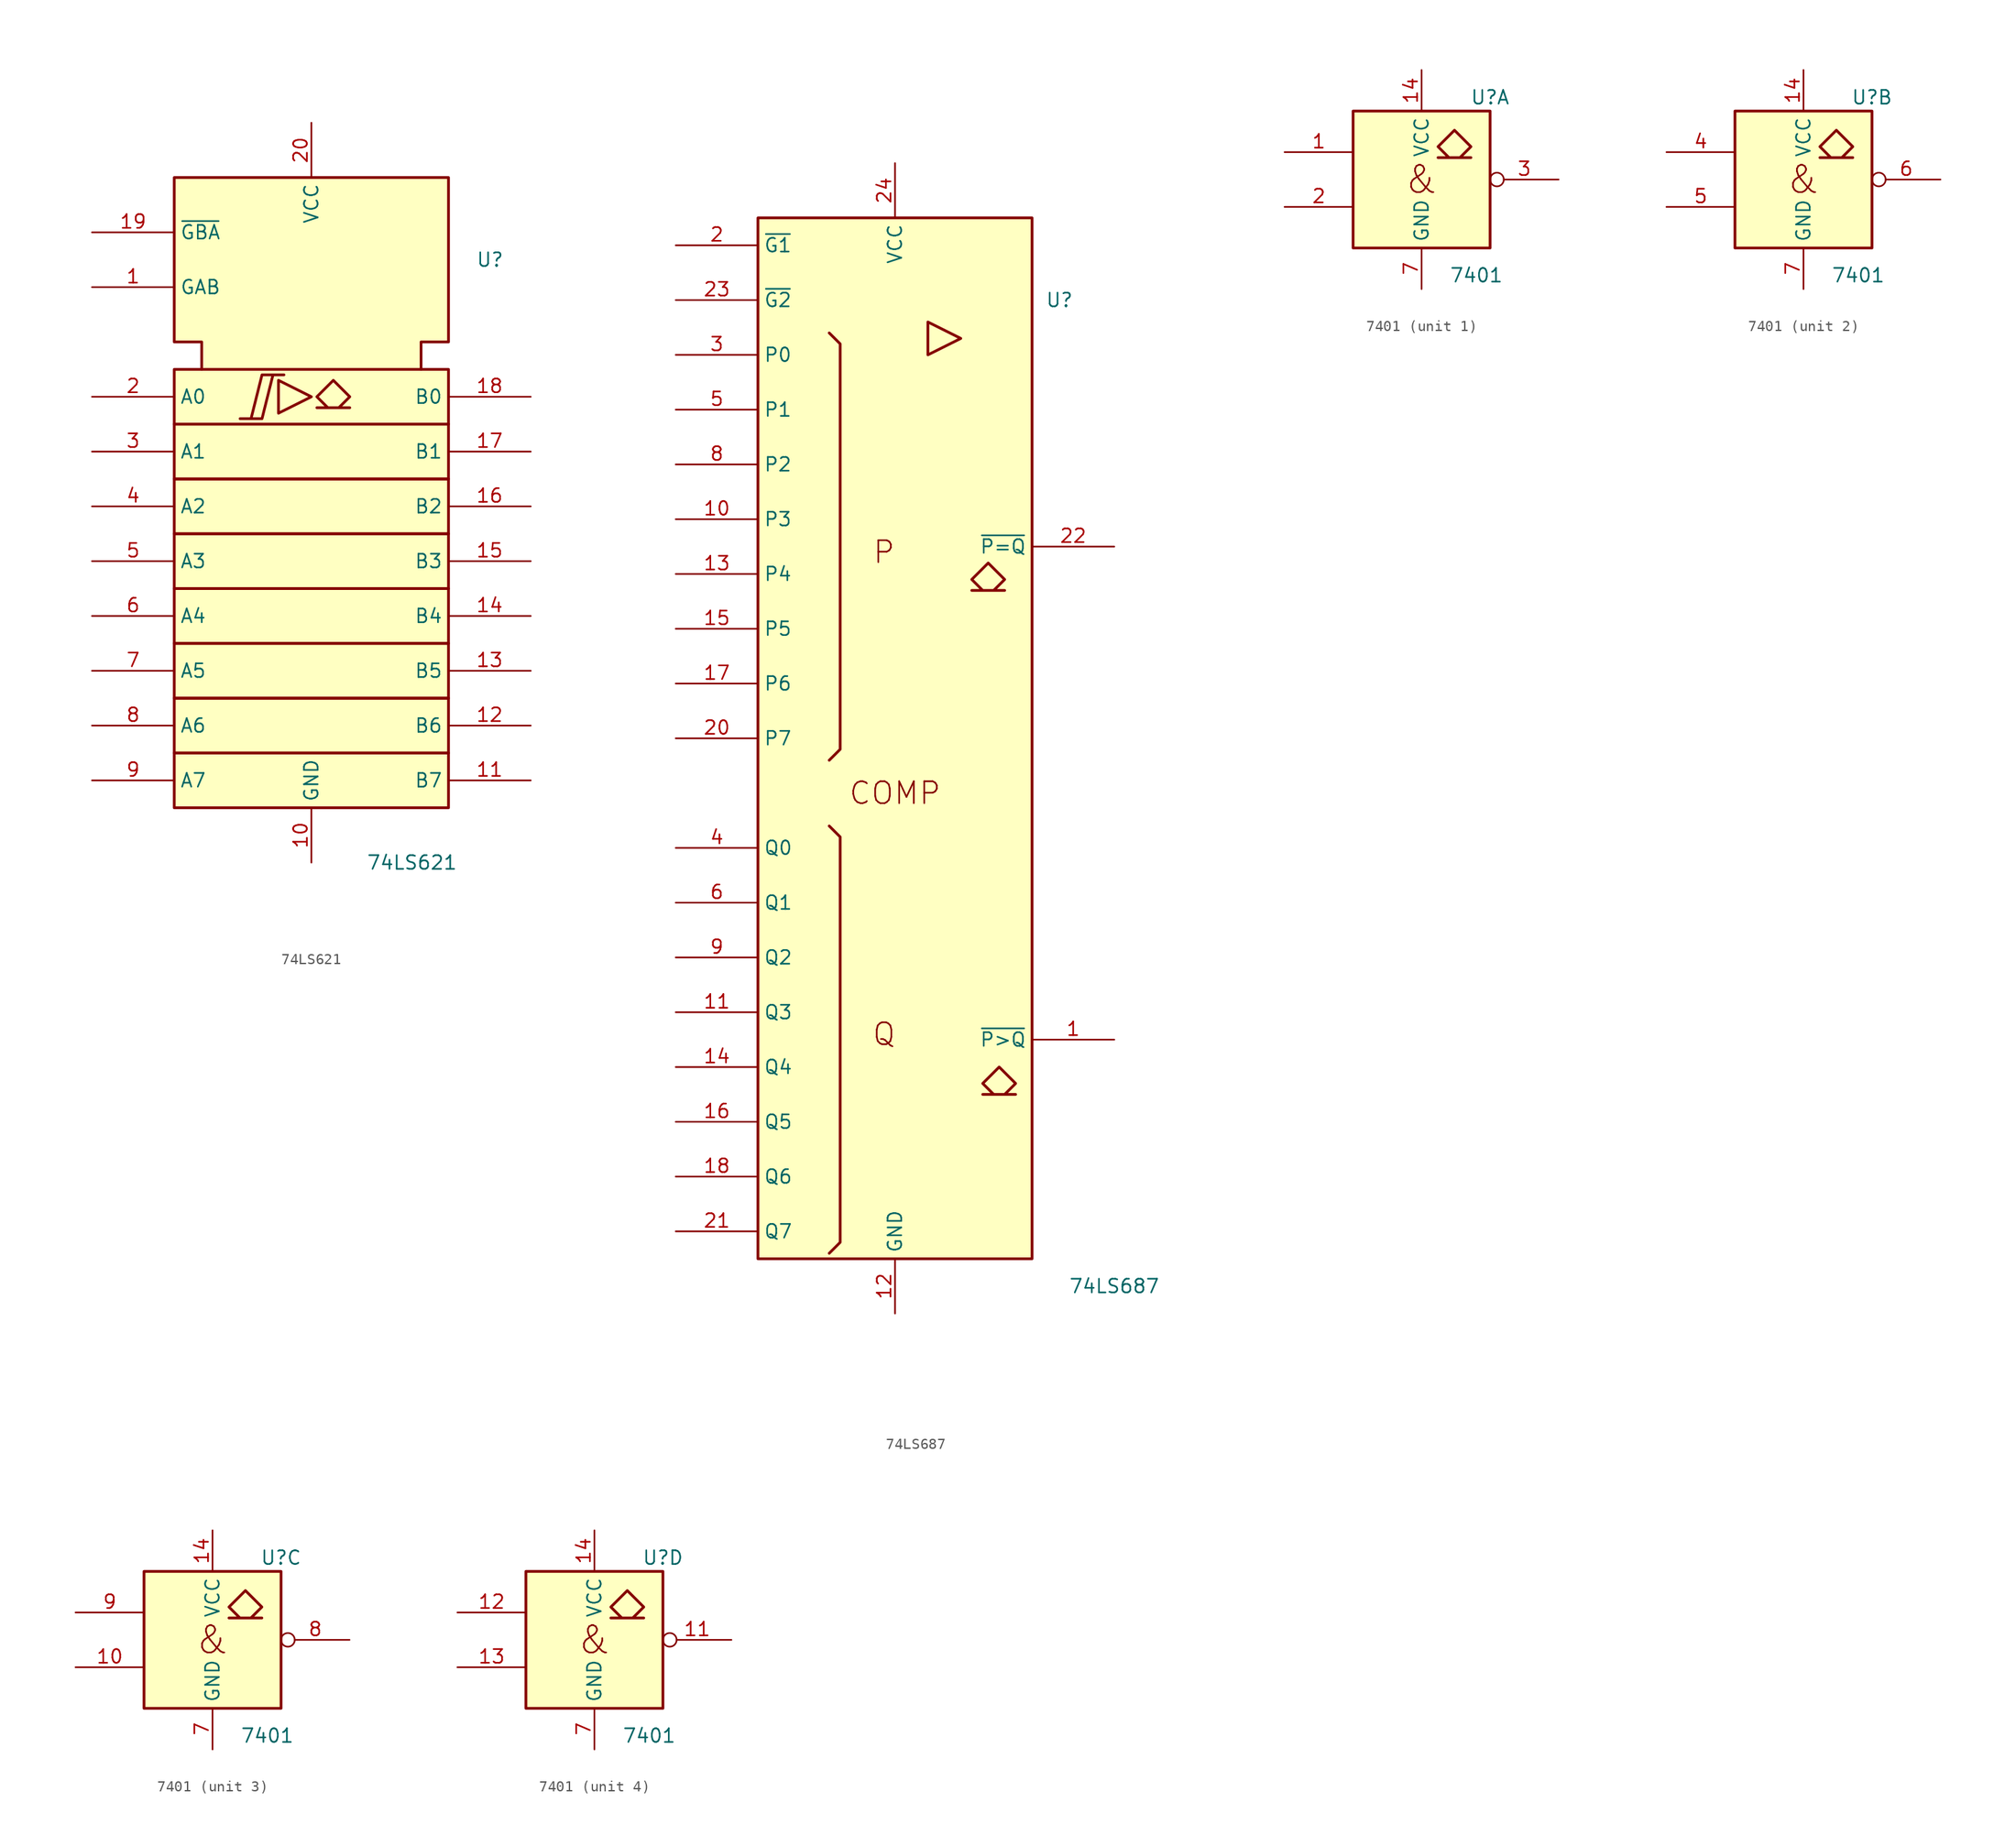
<source format=kicad_sym>
(kicad_symbol_lib
  (version 20231120)
  (generator "kicad_symbol_editor")
  (generator_version "8.0")
  (symbol "74LS621"
    (property "Reference" "U"
      (at 15.24 25.4 0)
      (effects (font (size 1.27 1.27)) (justify left)))
    (property "Value" "74LS621"
      (at 5.08 -30.48 0)
      (effects (font (size 1.27 1.27)) (justify left)))
    (symbol "74LS621_0_0"
      (polyline (pts (xy -3.048 14.224) (xy -3.048 11.176) (xy 0 12.7) (xy -3.048 14.224) (xy -3.048 14.224)) (stroke (width 0.254) (type default)) (fill (type background)))
      (polyline (pts (xy -6.604 10.668) (xy -4.572 10.668) (xy -3.556 14.732) (xy -2.54 14.732) (xy -4.572 14.732) (xy -5.588 10.668) (xy -5.588 10.668)) (stroke (width 0.254) (type default)) (fill (type background)))
      (polyline (pts (xy 2.032 14.224) (xy 3.556 12.7) (xy 2.54 11.684) (xy 3.556 11.684) (xy 0.508 11.684) (xy 1.524 11.684) (xy 0.508 12.7) (xy 2.032 14.224) (xy 2.032 14.224)) (stroke (width 0.254) (type default)) (fill (type background)))
      (pin power_in line (at 0 -30.48 90) (length 5.08) (name "GND" (effects (font (size 1.27 1.27)))) (number "10" (effects (font (size 1.27 1.27)))))
      (pin power_in line (at 0 38.1 270) (length 5.08) (name "VCC" (effects (font (size 1.27 1.27)))) (number "20" (effects (font (size 1.27 1.27))))))
    (symbol "74LS621_0_1"
      (rectangle (start -12.7 -20.32) (end 12.7 -25.4) (stroke (width 0.254) (type default)) (fill (type background)))
      (rectangle (start -12.7 -15.24) (end 12.7 -20.32) (stroke (width 0.254) (type default)) (fill (type background)))
      (rectangle (start -12.7 -10.16) (end 12.7 -15.24) (stroke (width 0.254) (type default)) (fill (type background)))
      (rectangle (start -12.7 -5.08) (end 12.7 -10.16) (stroke (width 0.254) (type default)) (fill (type background)))
      (rectangle (start -12.7 0) (end 12.7 -5.08) (stroke (width 0.254) (type default)) (fill (type background)))
      (rectangle (start -12.7 5.08) (end 12.7 0) (stroke (width 0.254) (type default)) (fill (type background)))
      (rectangle (start -12.7 10.16) (end 12.7 5.08) (stroke (width 0.254) (type default)) (fill (type background)))
      (rectangle (start -12.7 15.24) (end 12.7 10.16) (stroke (width 0.254) (type default)) (fill (type background)))
      (polyline (pts (xy -10.16 15.24) (xy -10.16 17.78) (xy -12.7 17.78) (xy -12.7 33.02) (xy 12.7 33.02) (xy 12.7 17.78) (xy 10.16 17.78) (xy 10.16 15.24) (xy 10.16 15.24)) (stroke (width 0.254) (type default)) (fill (type background))))
    (symbol "74LS621_1_1"
      (pin input line (at -20.32 22.86 0) (length 7.62) (name "GAB" (effects (font (size 1.27 1.27)))) (number "1" (effects (font (size 1.27 1.27)))))
      (pin tri_state line (at 20.32 -22.86 180) (length 7.62) (name "B7" (effects (font (size 1.27 1.27)))) (number "11" (effects (font (size 1.27 1.27)))))
      (pin tri_state line (at 20.32 -17.78 180) (length 7.62) (name "B6" (effects (font (size 1.27 1.27)))) (number "12" (effects (font (size 1.27 1.27)))))
      (pin tri_state line (at 20.32 -12.7 180) (length 7.62) (name "B5" (effects (font (size 1.27 1.27)))) (number "13" (effects (font (size 1.27 1.27)))))
      (pin tri_state line (at 20.32 -7.62 180) (length 7.62) (name "B4" (effects (font (size 1.27 1.27)))) (number "14" (effects (font (size 1.27 1.27)))))
      (pin tri_state line (at 20.32 -2.54 180) (length 7.62) (name "B3" (effects (font (size 1.27 1.27)))) (number "15" (effects (font (size 1.27 1.27)))))
      (pin tri_state line (at 20.32 2.54 180) (length 7.62) (name "B2" (effects (font (size 1.27 1.27)))) (number "16" (effects (font (size 1.27 1.27)))))
      (pin tri_state line (at 20.32 7.62 180) (length 7.62) (name "B1" (effects (font (size 1.27 1.27)))) (number "17" (effects (font (size 1.27 1.27)))))
      (pin tri_state line (at 20.32 12.7 180) (length 7.62) (name "B0" (effects (font (size 1.27 1.27)))) (number "18" (effects (font (size 1.27 1.27)))))
      (pin input line (at -20.32 27.94 0) (length 7.62) (name "~{GBA}" (effects (font (size 1.27 1.27)))) (number "19" (effects (font (size 1.27 1.27)))))
      (pin tri_state line (at -20.32 12.7 0) (length 7.62) (name "A0" (effects (font (size 1.27 1.27)))) (number "2" (effects (font (size 1.27 1.27)))))
      (pin tri_state line (at -20.32 7.62 0) (length 7.62) (name "A1" (effects (font (size 1.27 1.27)))) (number "3" (effects (font (size 1.27 1.27)))))
      (pin tri_state line (at -20.32 2.54 0) (length 7.62) (name "A2" (effects (font (size 1.27 1.27)))) (number "4" (effects (font (size 1.27 1.27)))))
      (pin tri_state line (at -20.32 -2.54 0) (length 7.62) (name "A3" (effects (font (size 1.27 1.27)))) (number "5" (effects (font (size 1.27 1.27)))))
      (pin tri_state line (at -20.32 -7.62 0) (length 7.62) (name "A4" (effects (font (size 1.27 1.27)))) (number "6" (effects (font (size 1.27 1.27)))))
      (pin tri_state line (at -20.32 -12.7 0) (length 7.62) (name "A5" (effects (font (size 1.27 1.27)))) (number "7" (effects (font (size 1.27 1.27)))))
      (pin tri_state line (at -20.32 -17.78 0) (length 7.62) (name "A6" (effects (font (size 1.27 1.27)))) (number "8" (effects (font (size 1.27 1.27)))))
      (pin tri_state line (at -20.32 -22.86 0) (length 7.62) (name "A7" (effects (font (size 1.27 1.27)))) (number "9" (effects (font (size 1.27 1.27)))))))
  (symbol "74LS687"
    (property "Reference" "U"
      (at 15.24 45.72 0)
      (effects (font (size 1.27 1.27))))
    (property "Value" "74LS687"
      (at 20.32 -45.72 0)
      (effects (font (size 1.27 1.27))))
    (symbol "74LS687_0_0"
      (rectangle (start -12.7 53.34) (end 12.7 -43.18) (stroke (width 0.254) (type default)) (fill (type background)))
      (polyline (pts (xy 3.048 43.688) (xy 3.048 40.64) (xy 6.096 42.164) (xy 3.048 43.688) (xy 3.048 43.688)) (stroke (width 0.254) (type default)) (fill (type background)))
      (polyline (pts (xy 8.636 21.336) (xy 10.16 19.812) (xy 9.144 18.796) (xy 10.16 18.796) (xy 7.112 18.796) (xy 8.128 18.796) (xy 7.112 19.812) (xy 8.636 21.336) (xy 8.636 21.336)) (stroke (width 0.254) (type default)) (fill (type background)))
      (polyline (pts (xy 9.652 -25.4) (xy 11.176 -26.924) (xy 10.16 -27.94) (xy 11.176 -27.94) (xy 8.128 -27.94) (xy 9.144 -27.94) (xy 8.128 -26.924) (xy 9.652 -25.4) (xy 9.652 -25.4)) (stroke (width 0.254) (type default)) (fill (type background)))
      (text "COMP" (at 0 0 0) (effects (font (size 2.032 2.032))))
      (text "P" (at -1.016 22.352 0) (effects (font (size 2.032 2.032))))
      (text "Q" (at -1.016 -22.352 0) (effects (font (size 2.032 2.032)))))
    (symbol "74LS687_0_1"
      (polyline (pts (xy -6.096 -3.048) (xy -5.08 -4.064) (xy -5.08 -41.656) (xy -6.096 -42.672) (xy -6.096 -42.672)) (stroke (width 0.254) (type default)) (fill (type background)))
      (polyline (pts (xy -6.096 42.672) (xy -5.08 41.656) (xy -5.08 4.064) (xy -6.096 3.048) (xy -6.096 3.048)) (stroke (width 0.254) (type default)) (fill (type background))))
    (symbol "74LS687_1_1"
      (pin output line (at 20.32 -22.86 180) (length 7.62) (name "~{P>Q}" (effects (font (size 1.27 1.27)))) (number "1" (effects (font (size 1.27 1.27)))))
      (pin input line (at -20.32 25.4 0) (length 7.62) (name "P3" (effects (font (size 1.27 1.27)))) (number "10" (effects (font (size 1.27 1.27)))))
      (pin input line (at -20.32 -20.32 0) (length 7.62) (name "Q3" (effects (font (size 1.27 1.27)))) (number "11" (effects (font (size 1.27 1.27)))))
      (pin power_in line (at 0 -48.26 90) (length 5.08) (name "GND" (effects (font (size 1.27 1.27)))) (number "12" (effects (font (size 1.27 1.27)))))
      (pin input line (at -20.32 20.32 0) (length 7.62) (name "P4" (effects (font (size 1.27 1.27)))) (number "13" (effects (font (size 1.27 1.27)))))
      (pin input line (at -20.32 -25.4 0) (length 7.62) (name "Q4" (effects (font (size 1.27 1.27)))) (number "14" (effects (font (size 1.27 1.27)))))
      (pin input line (at -20.32 15.24 0) (length 7.62) (name "P5" (effects (font (size 1.27 1.27)))) (number "15" (effects (font (size 1.27 1.27)))))
      (pin input line (at -20.32 -30.48 0) (length 7.62) (name "Q5" (effects (font (size 1.27 1.27)))) (number "16" (effects (font (size 1.27 1.27)))))
      (pin input line (at -20.32 10.16 0) (length 7.62) (name "P6" (effects (font (size 1.27 1.27)))) (number "17" (effects (font (size 1.27 1.27)))))
      (pin input line (at -20.32 -35.56 0) (length 7.62) (name "Q6" (effects (font (size 1.27 1.27)))) (number "18" (effects (font (size 1.27 1.27)))))
      (pin input line (at -20.32 50.8 0) (length 7.62) (name "~{G1}" (effects (font (size 1.27 1.27)))) (number "2" (effects (font (size 1.27 1.27)))))
      (pin input line (at -20.32 5.08 0) (length 7.62) (name "P7" (effects (font (size 1.27 1.27)))) (number "20" (effects (font (size 1.27 1.27)))))
      (pin input line (at -20.32 -40.64 0) (length 7.62) (name "Q7" (effects (font (size 1.27 1.27)))) (number "21" (effects (font (size 1.27 1.27)))))
      (pin output line (at 20.32 22.86 180) (length 7.62) (name "~{P=Q}" (effects (font (size 1.27 1.27)))) (number "22" (effects (font (size 1.27 1.27)))))
      (pin input line (at -20.32 45.72 0) (length 7.62) (name "~{G2}" (effects (font (size 1.27 1.27)))) (number "23" (effects (font (size 1.27 1.27)))))
      (pin power_in line (at 0 58.42 270) (length 5.08) (name "VCC" (effects (font (size 1.27 1.27)))) (number "24" (effects (font (size 1.27 1.27)))))
      (pin input line (at -20.32 40.64 0) (length 7.62) (name "P0" (effects (font (size 1.27 1.27)))) (number "3" (effects (font (size 1.27 1.27)))))
      (pin input line (at -20.32 -5.08 0) (length 7.62) (name "Q0" (effects (font (size 1.27 1.27)))) (number "4" (effects (font (size 1.27 1.27)))))
      (pin input line (at -20.32 35.56 0) (length 7.62) (name "P1" (effects (font (size 1.27 1.27)))) (number "5" (effects (font (size 1.27 1.27)))))
      (pin input line (at -20.32 -10.16 0) (length 7.62) (name "Q1" (effects (font (size 1.27 1.27)))) (number "6" (effects (font (size 1.27 1.27)))))
      (pin input line (at -20.32 30.48 0) (length 7.62) (name "P2" (effects (font (size 1.27 1.27)))) (number "8" (effects (font (size 1.27 1.27)))))
      (pin input line (at -20.32 -15.24 0) (length 7.62) (name "Q2" (effects (font (size 1.27 1.27)))) (number "9" (effects (font (size 1.27 1.27)))))))
  (symbol "7401"
    (property "Reference" "U"
      (at 6.35 7.62 0)
      (effects (font (size 1.27 1.27))))
    (property "Value" "7401"
      (at 5.08 -8.89 0)
      (effects (font (size 1.27 1.27))))
    (symbol "7401_0_0"
      (polyline (pts (xy 2.54 2.032) (xy 1.524 3.048) (xy 3.048 4.572) (xy 4.572 3.048) (xy 3.556 2.032) (xy 4.572 2.032) (xy 1.524 2.032) (xy 1.524 2.032)) (stroke (width 0.254) (type default)) (fill (type background)))
      (text "&" (at 0 0 0) (effects (font (size 2.54 2.54)))))
    (symbol "7401_0_1"
      (rectangle (start -6.35 6.35) (end 6.35 -6.35) (stroke (width 0.254) (type default)) (fill (type background)))
      (pin power_in line (at 0 10.16 270) (length 3.81) (name "VCC" (effects (font (size 1.27 1.27)))) (number "14" (effects (font (size 1.27 1.27)))))
      (pin power_in line (at 0 -10.16 90) (length 3.81) (name "GND" (effects (font (size 1.27 1.27)))) (number "7" (effects (font (size 1.27 1.27))))))
    (symbol "7401_1_1"
      (pin input line (at -12.7 2.54 0) (length 6.35) (name "~" (effects (font (size 1.27 1.27)))) (number "1" (effects (font (size 1.27 1.27)))))
      (pin input line (at -12.7 -2.54 0) (length 6.35) (name "~" (effects (font (size 1.27 1.27)))) (number "2" (effects (font (size 1.27 1.27)))))
      (pin open_collector inverted (at 12.7 0 180) (length 6.35) (name "~" (effects (font (size 1.27 1.27)))) (number "3" (effects (font (size 1.27 1.27))))))
    (symbol "7401_2_1"
      (pin input line (at -12.7 2.54 0) (length 6.35) (name "~" (effects (font (size 1.27 1.27)))) (number "4" (effects (font (size 1.27 1.27)))))
      (pin input line (at -12.7 -2.54 0) (length 6.35) (name "~" (effects (font (size 1.27 1.27)))) (number "5" (effects (font (size 1.27 1.27)))))
      (pin open_collector inverted (at 12.7 0 180) (length 6.35) (name "~" (effects (font (size 1.27 1.27)))) (number "6" (effects (font (size 1.27 1.27))))))
    (symbol "7401_3_1"
      (pin input line (at -12.7 -2.54 0) (length 6.35) (name "~" (effects (font (size 1.27 1.27)))) (number "10" (effects (font (size 1.27 1.27)))))
      (pin open_collector inverted (at 12.7 0 180) (length 6.35) (name "~" (effects (font (size 1.27 1.27)))) (number "8" (effects (font (size 1.27 1.27)))))
      (pin input line (at -12.7 2.54 0) (length 6.35) (name "~" (effects (font (size 1.27 1.27)))) (number "9" (effects (font (size 1.27 1.27))))))
    (symbol "7401_4_1"
      (pin open_collector inverted (at 12.7 0 180) (length 6.35) (name "~" (effects (font (size 1.27 1.27)))) (number "11" (effects (font (size 1.27 1.27)))))
      (pin input line (at -12.7 2.54 0) (length 6.35) (name "~" (effects (font (size 1.27 1.27)))) (number "12" (effects (font (size 1.27 1.27)))))
      (pin input line (at -12.7 -2.54 0) (length 6.35) (name "~" (effects (font (size 1.27 1.27)))) (number "13" (effects (font (size 1.27 1.27))))))))
</source>
